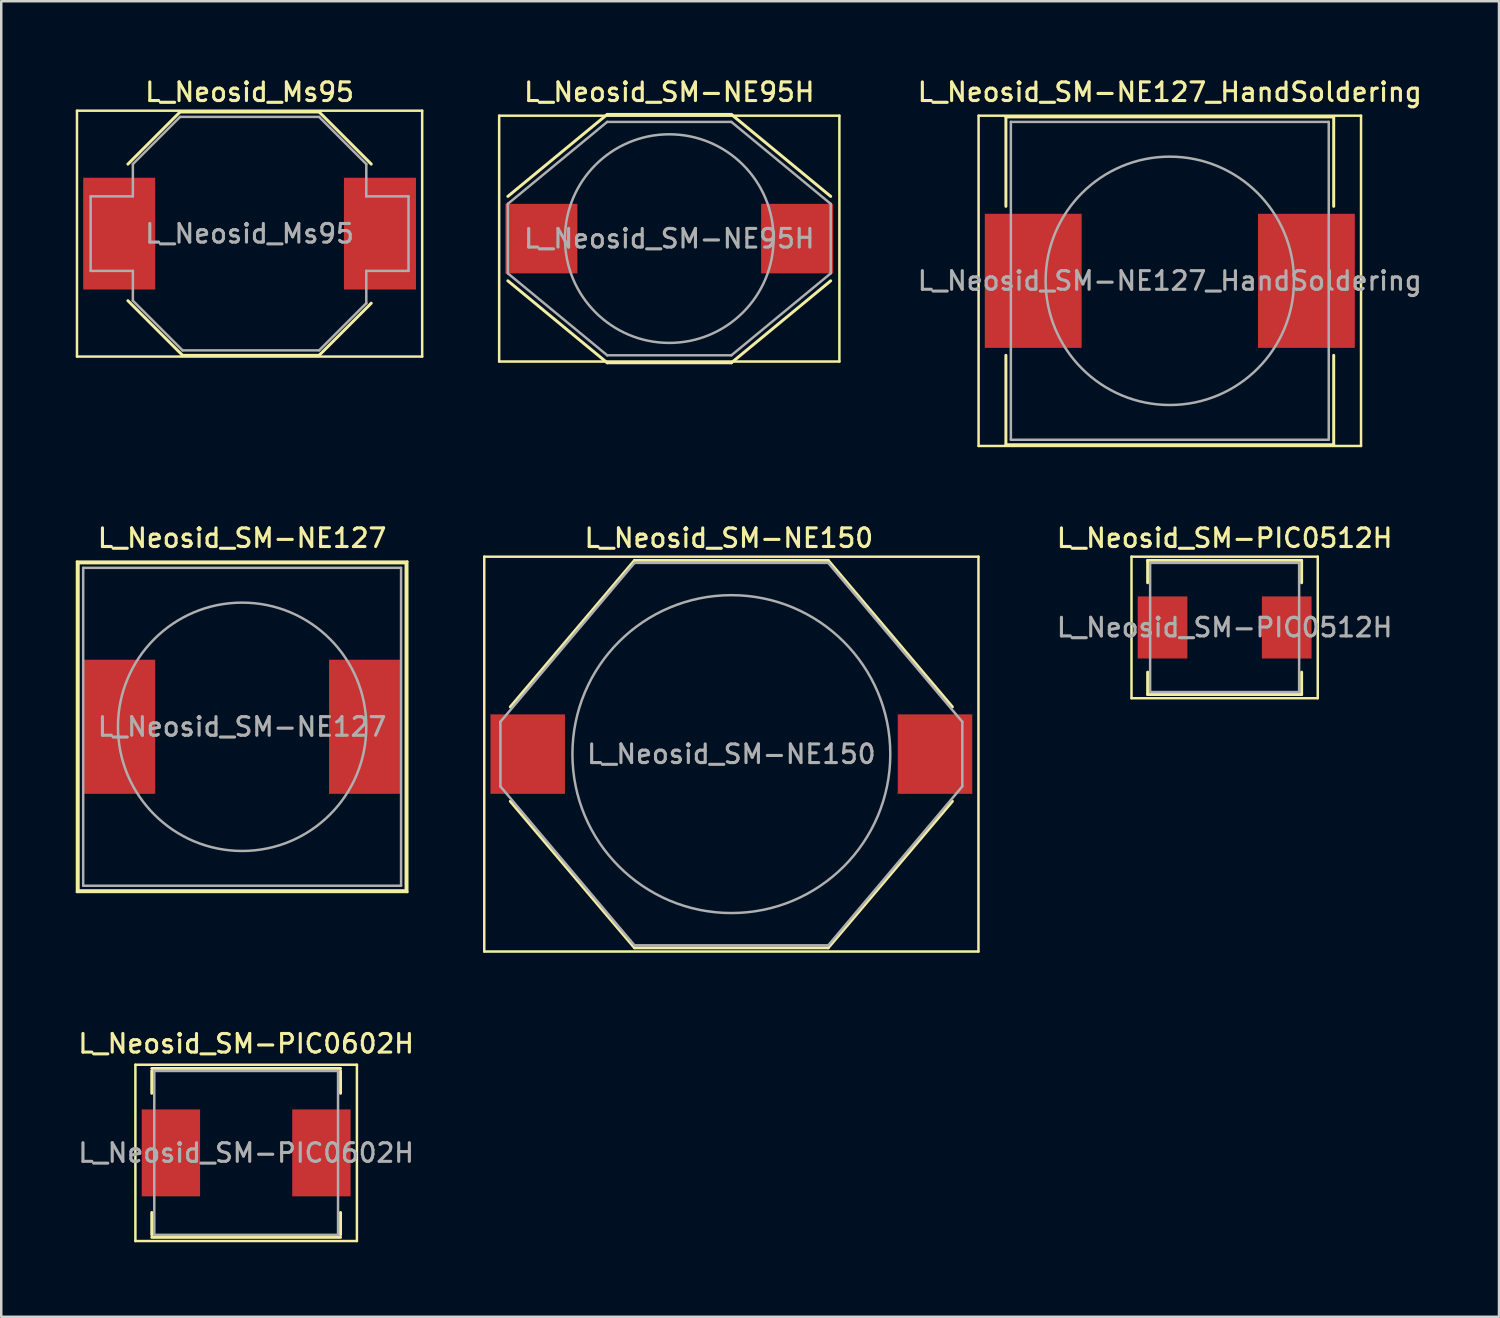
<source format=kicad_pcb>
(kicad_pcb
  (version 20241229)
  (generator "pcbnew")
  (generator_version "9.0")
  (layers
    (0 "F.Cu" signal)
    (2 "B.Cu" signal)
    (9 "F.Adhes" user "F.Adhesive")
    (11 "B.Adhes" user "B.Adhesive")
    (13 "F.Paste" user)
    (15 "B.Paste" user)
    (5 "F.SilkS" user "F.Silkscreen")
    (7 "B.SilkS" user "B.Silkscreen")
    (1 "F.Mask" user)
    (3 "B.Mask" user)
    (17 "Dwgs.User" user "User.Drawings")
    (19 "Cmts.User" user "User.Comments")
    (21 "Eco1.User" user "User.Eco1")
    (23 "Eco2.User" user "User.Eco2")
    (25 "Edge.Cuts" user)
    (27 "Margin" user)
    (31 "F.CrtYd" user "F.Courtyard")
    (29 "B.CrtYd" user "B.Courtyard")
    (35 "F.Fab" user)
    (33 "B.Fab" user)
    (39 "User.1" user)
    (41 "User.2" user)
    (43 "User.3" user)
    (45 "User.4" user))
  (footprint "L_Neosid_SM-PIC0512H"
    (layer "F.Cu")
    (at 46.263 22.216)
    (property "Reference" "L_Neosid_SM-PIC0512H" (at 0 -3.6 0) (layer "F.SilkS") (effects (font (size 0.75 0.75) (thickness 0.125))))
    (attr smd)
    (fp_line (start -3.75 -2.85) (end -3.75 2.85) (stroke (width 0.1) (type solid)) (layer "F.SilkS"))
    (fp_line (start -3.75 -2.85) (end 3.75 -2.85) (stroke (width 0.1) (type solid)) (layer "F.SilkS"))
    (fp_line (start -3.1 -2.7) (end -3.1 -1.8) (stroke (width 0.12) (type solid)) (layer "F.SilkS"))
    (fp_line (start -3.1 2.7) (end -3.1 1.8) (stroke (width 0.12) (type solid)) (layer "F.SilkS"))
    (fp_line (start 3.1 -2.7) (end -3.1 -2.7) (stroke (width 0.12) (type solid)) (layer "F.SilkS"))
    (fp_line (start 3.1 -2.7) (end 3.1 -1.8) (stroke (width 0.12) (type solid)) (layer "F.SilkS"))
    (fp_line (start 3.1 1.8) (end 3.1 2.7) (stroke (width 0.12) (type solid)) (layer "F.SilkS"))
    (fp_line (start 3.1 2.7) (end -3.1 2.7) (stroke (width 0.12) (type solid)) (layer "F.SilkS"))
    (fp_line (start 3.75 2.85) (end -3.75 2.85) (stroke (width 0.1) (type solid)) (layer "F.SilkS"))
    (fp_line (start 3.75 2.85) (end 3.75 -2.85) (stroke (width 0.1) (type solid)) (layer "F.SilkS"))
    (fp_line (start -3 -2.6) (end 3 -2.6) (stroke (width 0.1) (type solid)) (layer "F.Fab"))
    (fp_line (start -3 2.6) (end -3 -2.6) (stroke (width 0.1) (type solid)) (layer "F.Fab"))
    (fp_line (start 3 -2.6) (end 3 2.6) (stroke (width 0.1) (type solid)) (layer "F.Fab"))
    (fp_line (start 3 2.6) (end -3 2.6) (stroke (width 0.1) (type solid)) (layer "F.Fab"))
    (fp_text user "${REFERENCE}" (at 0 0 0) (layer "F.Fab") (effects (font (size 0.75 0.75) (thickness 0.125))))
    (pad "1" smd rect (at -2.5 0 180) (size 2 2.5) (layers "F.Cu" "F.Mask" "F.Paste"))
    (pad "2" smd rect (at 2.5 0 180) (size 2 2.5) (layers "F.Cu" "F.Mask" "F.Paste")))
  (footprint "L_Neosid_SM-PIC0602H"
    (layer "F.Cu")
    (at 6.862 43.374)
    (property "Reference" "L_Neosid_SM-PIC0602H" (at 0 -4.4 0) (layer "F.SilkS") (effects (font (size 0.75 0.75) (thickness 0.125))))
    (attr smd)
    (fp_line (start -4.46 -3.55) (end -4.46 3.55) (stroke (width 0.1) (type solid)) (layer "F.SilkS"))
    (fp_line (start -4.46 -3.55) (end 4.46 -3.55) (stroke (width 0.1) (type solid)) (layer "F.SilkS"))
    (fp_line (start -3.8 -3.3) (end -3.8 -2.4) (stroke (width 0.12) (type solid)) (layer "F.SilkS"))
    (fp_line (start -3.8 2.4) (end -3.8 3.3) (stroke (width 0.12) (type solid)) (layer "F.SilkS"))
    (fp_line (start -3.8 3.4) (end 3.8 3.4) (stroke (width 0.12) (type solid)) (layer "F.SilkS"))
    (fp_line (start 3.8 -3.4) (end -3.8 -3.4) (stroke (width 0.12) (type solid)) (layer "F.SilkS"))
    (fp_line (start 3.8 -2.4) (end 3.8 -3.3) (stroke (width 0.12) (type solid)) (layer "F.SilkS"))
    (fp_line (start 3.8 3.3) (end 3.8 2.4) (stroke (width 0.12) (type solid)) (layer "F.SilkS"))
    (fp_line (start 4.46 3.55) (end -4.46 3.55) (stroke (width 0.1) (type solid)) (layer "F.SilkS"))
    (fp_line (start 4.46 3.55) (end 4.46 -3.55) (stroke (width 0.1) (type solid)) (layer "F.SilkS"))
    (fp_line (start -3.7 -3.3) (end -3.7 3.3) (stroke (width 0.1) (type solid)) (layer "F.Fab"))
    (fp_line (start -3.7 3.3) (end 3.7 3.3) (stroke (width 0.1) (type solid)) (layer "F.Fab"))
    (fp_line (start 3.7 -3.3) (end -3.7 -3.3) (stroke (width 0.1) (type solid)) (layer "F.Fab"))
    (fp_line (start 3.7 3.3) (end 3.7 -3.3) (stroke (width 0.1) (type solid)) (layer "F.Fab"))
    (fp_text user "${REFERENCE}" (at 0 0 0) (layer "F.Fab") (effects (font (size 0.75 0.75) (thickness 0.125))))
    (pad "1" smd rect (at -3.03 0) (size 2.35 3.5) (layers "F.Cu" "F.Mask" "F.Paste"))
    (pad "2" smd rect (at 3.03 0) (size 2.35 3.5) (layers "F.Cu" "F.Mask" "F.Paste")))
  (footprint "L_Neosid_Ms95"
    (layer "F.Cu")
    (at 7 6.358)
    (property "Reference" "L_Neosid_Ms95" (at 0 -5.7 0) (layer "F.SilkS") (effects (font (size 0.75 0.75) (thickness 0.125))))
    (attr smd)
    (fp_line (start -6.95 -4.95) (end -6.95 4.95) (stroke (width 0.1) (type solid)) (layer "F.SilkS"))
    (fp_line (start -6.95 -4.95) (end 6.95 -4.95) (stroke (width 0.1) (type solid)) (layer "F.SilkS"))
    (fp_line (start -4.9 -2.8) (end -2.8 -4.9) (stroke (width 0.12) (type solid)) (layer "F.SilkS"))
    (fp_line (start -2.8 -4.9) (end 2.8 -4.9) (stroke (width 0.12) (type solid)) (layer "F.SilkS"))
    (fp_line (start -2.7 4.9) (end -4.9 2.7) (stroke (width 0.12) (type solid)) (layer "F.SilkS"))
    (fp_line (start -2.7 4.9) (end 2.8 4.9) (stroke (width 0.12) (type solid)) (layer "F.SilkS"))
    (fp_line (start 2.8 -4.9) (end 4.9 -2.8) (stroke (width 0.12) (type solid)) (layer "F.SilkS"))
    (fp_line (start 2.8 4.9) (end 4.9 2.8) (stroke (width 0.12) (type solid)) (layer "F.SilkS"))
    (fp_line (start 6.95 4.95) (end -6.95 4.95) (stroke (width 0.1) (type solid)) (layer "F.SilkS"))
    (fp_line (start 6.95 4.95) (end 6.95 -4.95) (stroke (width 0.1) (type solid)) (layer "F.SilkS"))
    (fp_line (start -6.4 -1.5) (end -6.4 1.5) (stroke (width 0.1) (type solid)) (layer "F.Fab"))
    (fp_line (start -6.4 -1.5) (end -4.7 -1.5) (stroke (width 0.1) (type solid)) (layer "F.Fab"))
    (fp_line (start -6.4 1.5) (end -4.7 1.5) (stroke (width 0.1) (type solid)) (layer "F.Fab"))
    (fp_line (start -4.7 -1.5) (end -4.7 -2.8) (stroke (width 0.1) (type solid)) (layer "F.Fab"))
    (fp_line (start -4.7 1.5) (end -4.7 2.7) (stroke (width 0.1) (type solid)) (layer "F.Fab"))
    (fp_line (start -4.7 2.7) (end -2.7 4.7) (stroke (width 0.1) (type solid)) (layer "F.Fab"))
    (fp_line (start -2.8 -4.7) (end -4.7 -2.8) (stroke (width 0.1) (type solid)) (layer "F.Fab"))
    (fp_line (start 2.8 -4.7) (end -2.8 -4.7) (stroke (width 0.1) (type solid)) (layer "F.Fab"))
    (fp_line (start 2.8 4.7) (end -2.7 4.7) (stroke (width 0.1) (type solid)) (layer "F.Fab"))
    (fp_line (start 4.7 -2.8) (end 2.8 -4.7) (stroke (width 0.1) (type solid)) (layer "F.Fab"))
    (fp_line (start 4.7 -1.5) (end 4.7 -2.8) (stroke (width 0.1) (type solid)) (layer "F.Fab"))
    (fp_line (start 4.7 1.5) (end 6.4 1.5) (stroke (width 0.1) (type solid)) (layer "F.Fab"))
    (fp_line (start 4.7 2.8) (end 2.8 4.7) (stroke (width 0.1) (type solid)) (layer "F.Fab"))
    (fp_line (start 4.7 2.8) (end 4.7 1.5) (stroke (width 0.1) (type solid)) (layer "F.Fab"))
    (fp_line (start 6.4 -1.5) (end 4.7 -1.5) (stroke (width 0.1) (type solid)) (layer "F.Fab"))
    (fp_line (start 6.4 1.5) (end 6.4 -1.5) (stroke (width 0.1) (type solid)) (layer "F.Fab"))
    (fp_text user "${REFERENCE}" (at 0 0 0) (layer "F.Fab") (effects (font (size 0.75 0.75) (thickness 0.125))))
    (pad "1" smd rect (at -5.25 0) (size 2.9 4.5) (layers "F.Cu" "F.Mask" "F.Paste"))
    (pad "2" smd rect (at 5.25 0) (size 2.9 4.5) (layers "F.Cu" "F.Mask" "F.Paste")))
  (footprint "L_Neosid_SM-NE127"
    (layer "F.Cu")
    (at 6.7 26.216)
    (property "Reference" "L_Neosid_SM-NE127" (at 0 -7.6 0) (layer "F.SilkS") (effects (font (size 0.75 0.75) (thickness 0.125))))
    (attr smd)
    (fp_line (start -6.65 -6.65) (end -6.65 6.65) (stroke (width 0.1) (type solid)) (layer "F.SilkS"))
    (fp_line (start -6.65 -6.65) (end 6.65 -6.65) (stroke (width 0.1) (type solid)) (layer "F.SilkS"))
    (fp_line (start -6.6 -6.6) (end 6.6 -6.6) (stroke (width 0.12) (type solid)) (layer "F.SilkS"))
    (fp_line (start -6.6 6.6) (end -6.6 -6.6) (stroke (width 0.12) (type solid)) (layer "F.SilkS"))
    (fp_line (start 6.6 -6.6) (end 6.6 6.6) (stroke (width 0.12) (type solid)) (layer "F.SilkS"))
    (fp_line (start 6.6 6.6) (end -6.6 6.6) (stroke (width 0.12) (type solid)) (layer "F.SilkS"))
    (fp_line (start 6.65 6.65) (end -6.65 6.65) (stroke (width 0.1) (type solid)) (layer "F.SilkS"))
    (fp_line (start 6.65 6.65) (end 6.65 -6.65) (stroke (width 0.1) (type solid)) (layer "F.SilkS"))
    (fp_line (start -6.4 -6.4) (end 6.4 -6.4) (stroke (width 0.1) (type solid)) (layer "F.Fab"))
    (fp_line (start -6.4 6.4) (end -6.4 -6.4) (stroke (width 0.1) (type solid)) (layer "F.Fab"))
    (fp_line (start 6.4 -6.4) (end 6.4 6.4) (stroke (width 0.1) (type solid)) (layer "F.Fab"))
    (fp_line (start 6.4 6.4) (end -6.4 6.4) (stroke (width 0.1) (type solid)) (layer "F.Fab"))
    (fp_circle (center 0 0) (end 5 0) (stroke (width 0.1) (type solid)) (fill no) (layer "F.Fab"))
    (fp_text user "${REFERENCE}" (at 0 0 0) (layer "F.Fab") (effects (font (size 0.75 0.75) (thickness 0.125))))
    (pad "1" smd rect (at -4.95 0) (size 2.9 5.4) (layers "F.Cu" "F.Mask" "F.Paste"))
    (pad "2" smd rect (at 4.95 0) (size 2.9 5.4) (layers "F.Cu" "F.Mask" "F.Paste")))
  (footprint "L_Neosid_SM-NE127_HandSoldering"
    (layer "F.Cu")
    (at 44.055 8.258)
    (property "Reference" "L_Neosid_SM-NE127_HandSoldering" (at 0 -7.6 0) (layer "F.SilkS") (effects (font (size 0.75 0.75) (thickness 0.125))))
    (attr smd)
    (fp_line (start -7.7 -6.65) (end -7.7 6.65) (stroke (width 0.1) (type solid)) (layer "F.SilkS"))
    (fp_line (start -7.7 -6.65) (end 7.7 -6.65) (stroke (width 0.1) (type solid)) (layer "F.SilkS"))
    (fp_line (start -6.6 -6.6) (end 6.6 -6.6) (stroke (width 0.12) (type solid)) (layer "F.SilkS"))
    (fp_line (start -6.6 -3) (end -6.6 -6.6) (stroke (width 0.12) (type solid)) (layer "F.SilkS"))
    (fp_line (start -6.6 6.6) (end -6.6 3) (stroke (width 0.12) (type solid)) (layer "F.SilkS"))
    (fp_line (start 6.6 -6.6) (end 6.6 -3) (stroke (width 0.12) (type solid)) (layer "F.SilkS"))
    (fp_line (start 6.6 3) (end 6.6 6.6) (stroke (width 0.12) (type solid)) (layer "F.SilkS"))
    (fp_line (start 6.6 6.6) (end -6.6 6.6) (stroke (width 0.12) (type solid)) (layer "F.SilkS"))
    (fp_line (start 7.7 6.65) (end -7.7 6.65) (stroke (width 0.1) (type solid)) (layer "F.SilkS"))
    (fp_line (start 7.7 6.65) (end 7.7 -6.65) (stroke (width 0.1) (type solid)) (layer "F.SilkS"))
    (fp_line (start -6.4 -6.4) (end 6.4 -6.4) (stroke (width 0.1) (type solid)) (layer "F.Fab"))
    (fp_line (start -6.4 6.4) (end -6.4 -6.4) (stroke (width 0.1) (type solid)) (layer "F.Fab"))
    (fp_line (start 6.4 -6.4) (end 6.4 6.4) (stroke (width 0.1) (type solid)) (layer "F.Fab"))
    (fp_line (start 6.4 6.4) (end -6.4 6.4) (stroke (width 0.1) (type solid)) (layer "F.Fab"))
    (fp_circle (center 0 0) (end 5 0) (stroke (width 0.1) (type solid)) (fill no) (layer "F.Fab"))
    (fp_text user "${REFERENCE}" (at 0 0 0) (layer "F.Fab") (effects (font (size 0.75 0.75) (thickness 0.125))))
    (pad "1" smd rect (at -5.5 0) (size 3.9 5.4) (layers "F.Cu" "F.Mask" "F.Paste"))
    (pad "2" smd rect (at 5.5 0) (size 3.9 5.4) (layers "F.Cu" "F.Mask" "F.Paste")))
  (footprint "L_Neosid_SM-NE95H"
    (layer "F.Cu")
    (at 23.9 6.558)
    (property "Reference" "L_Neosid_SM-NE95H" (at 0 -5.9 0) (layer "F.SilkS") (effects (font (size 0.75 0.75) (thickness 0.125))))
    (attr smd)
    (fp_line (start -6.85 -4.95) (end -6.85 4.95) (stroke (width 0.1) (type solid)) (layer "F.SilkS"))
    (fp_line (start -6.85 -4.95) (end 6.85 -4.95) (stroke (width 0.1) (type solid)) (layer "F.SilkS"))
    (fp_line (start -6.5 -1.7) (end -2.5 -5) (stroke (width 0.12) (type solid)) (layer "F.SilkS"))
    (fp_line (start -2.5 -5) (end 2.5 -5) (stroke (width 0.12) (type solid)) (layer "F.SilkS"))
    (fp_line (start -2.5 5) (end -6.5 1.7) (stroke (width 0.12) (type solid)) (layer "F.SilkS"))
    (fp_line (start 2.5 -5) (end 6.5 -1.7) (stroke (width 0.12) (type solid)) (layer "F.SilkS"))
    (fp_line (start 2.5 5) (end -2.5 5) (stroke (width 0.12) (type solid)) (layer "F.SilkS"))
    (fp_line (start 6.5 1.7) (end 2.5 5) (stroke (width 0.12) (type solid)) (layer "F.SilkS"))
    (fp_line (start 6.85 4.95) (end -6.85 4.95) (stroke (width 0.1) (type solid)) (layer "F.SilkS"))
    (fp_line (start 6.85 4.95) (end 6.85 -4.95) (stroke (width 0.1) (type solid)) (layer "F.SilkS"))
    (fp_line (start -6.5 -1.4) (end -2.5 -4.7) (stroke (width 0.1) (type solid)) (layer "F.Fab"))
    (fp_line (start -6.5 1.4) (end -6.5 -1.4) (stroke (width 0.1) (type solid)) (layer "F.Fab"))
    (fp_line (start -2.5 -4.7) (end 2.5 -4.7) (stroke (width 0.1) (type solid)) (layer "F.Fab"))
    (fp_line (start -2.5 4.7) (end -6.5 1.4) (stroke (width 0.1) (type solid)) (layer "F.Fab"))
    (fp_line (start 2.5 -4.7) (end 6.5 -1.4) (stroke (width 0.1) (type solid)) (layer "F.Fab"))
    (fp_line (start 2.5 4.7) (end -2.5 4.7) (stroke (width 0.1) (type solid)) (layer "F.Fab"))
    (fp_line (start 6.5 -1.4) (end 6.5 1.4) (stroke (width 0.1) (type solid)) (layer "F.Fab"))
    (fp_line (start 6.5 1.4) (end 2.5 4.7) (stroke (width 0.1) (type solid)) (layer "F.Fab"))
    (fp_circle (center 0 0) (end 0 -4.2) (stroke (width 0.1) (type solid)) (fill no) (layer "F.Fab"))
    (fp_text user "${REFERENCE}" (at 0 0 0) (layer "F.Fab") (effects (font (size 0.75 0.75) (thickness 0.125))))
    (pad "1" smd rect (at -5.15 0) (size 2.9 2.8) (layers "F.Cu" "F.Mask" "F.Paste"))
    (pad "2" smd rect (at 5.15 0) (size 2.9 2.8) (layers "F.Cu" "F.Mask" "F.Paste")))
  (footprint "L_Neosid_SM-NE150"
    (layer "F.Cu")
    (at 26.4 27.316)
    (property "Reference" "L_Neosid_SM-NE150" (at -0.1 -8.7 0) (layer "F.SilkS") (effects (font (size 0.75 0.75) (thickness 0.125))))
    (attr smd)
    (fp_line (start -9.95 -7.95) (end -9.95 7.95) (stroke (width 0.1) (type solid)) (layer "F.SilkS"))
    (fp_line (start -9.95 -7.95) (end 9.95 -7.95) (stroke (width 0.1) (type solid)) (layer "F.SilkS"))
    (fp_line (start -8.9 1.9) (end -3.9 7.8) (stroke (width 0.12) (type solid)) (layer "F.SilkS"))
    (fp_line (start -3.9 -7.8) (end -8.9 -1.9) (stroke (width 0.12) (type solid)) (layer "F.SilkS"))
    (fp_line (start -3.9 -7.8) (end 3.9 -7.8) (stroke (width 0.12) (type solid)) (layer "F.SilkS"))
    (fp_line (start -3.9 7.8) (end 3.9 7.8) (stroke (width 0.12) (type solid)) (layer "F.SilkS"))
    (fp_line (start 3.9 -7.8) (end 8.9 -1.9) (stroke (width 0.12) (type solid)) (layer "F.SilkS"))
    (fp_line (start 3.9 7.8) (end 8.9 1.9) (stroke (width 0.12) (type solid)) (layer "F.SilkS"))
    (fp_line (start 9.95 7.95) (end -9.95 7.95) (stroke (width 0.1) (type solid)) (layer "F.SilkS"))
    (fp_line (start 9.95 7.95) (end 9.95 -7.95) (stroke (width 0.1) (type solid)) (layer "F.SilkS"))
    (fp_line (start -9.3 -1.3) (end -3.9 -7.7) (stroke (width 0.1) (type solid)) (layer "F.Fab"))
    (fp_line (start -9.3 1.3) (end -9.3 -1.3) (stroke (width 0.1) (type solid)) (layer "F.Fab"))
    (fp_line (start -3.9 -7.7) (end 3.9 -7.7) (stroke (width 0.1) (type solid)) (layer "F.Fab"))
    (fp_line (start -3.9 7.7) (end -9.3 1.3) (stroke (width 0.1) (type solid)) (layer "F.Fab"))
    (fp_line (start 3.9 -7.7) (end 9.3 -1.3) (stroke (width 0.1) (type solid)) (layer "F.Fab"))
    (fp_line (start 3.9 7.7) (end -3.9 7.7) (stroke (width 0.1) (type solid)) (layer "F.Fab"))
    (fp_line (start 9.3 -1.3) (end 9.3 1.3) (stroke (width 0.1) (type solid)) (layer "F.Fab"))
    (fp_line (start 9.3 1.3) (end 3.9 7.7) (stroke (width 0.1) (type solid)) (layer "F.Fab"))
    (fp_circle (center 0 0) (end -6.4 0) (stroke (width 0.1) (type solid)) (fill no) (layer "F.Fab"))
    (fp_text user "${REFERENCE}" (at 0 0 0) (layer "F.Fab") (effects (font (size 0.75 0.75) (thickness 0.125))))
    (pad "1" smd rect (at -8.2 0 180) (size 3 3.2) (layers "F.Cu" "F.Mask" "F.Paste"))
    (pad "2" smd rect (at 8.2 0) (size 3 3.2) (layers "F.Cu" "F.Mask" "F.Paste")))
  (gr_rect
    (start -3 -3)
    (end 57.311 49.974)
    (stroke (width 0.1) (type default))
    (fill no)
    (layer "Edge.Cuts")))
</source>
